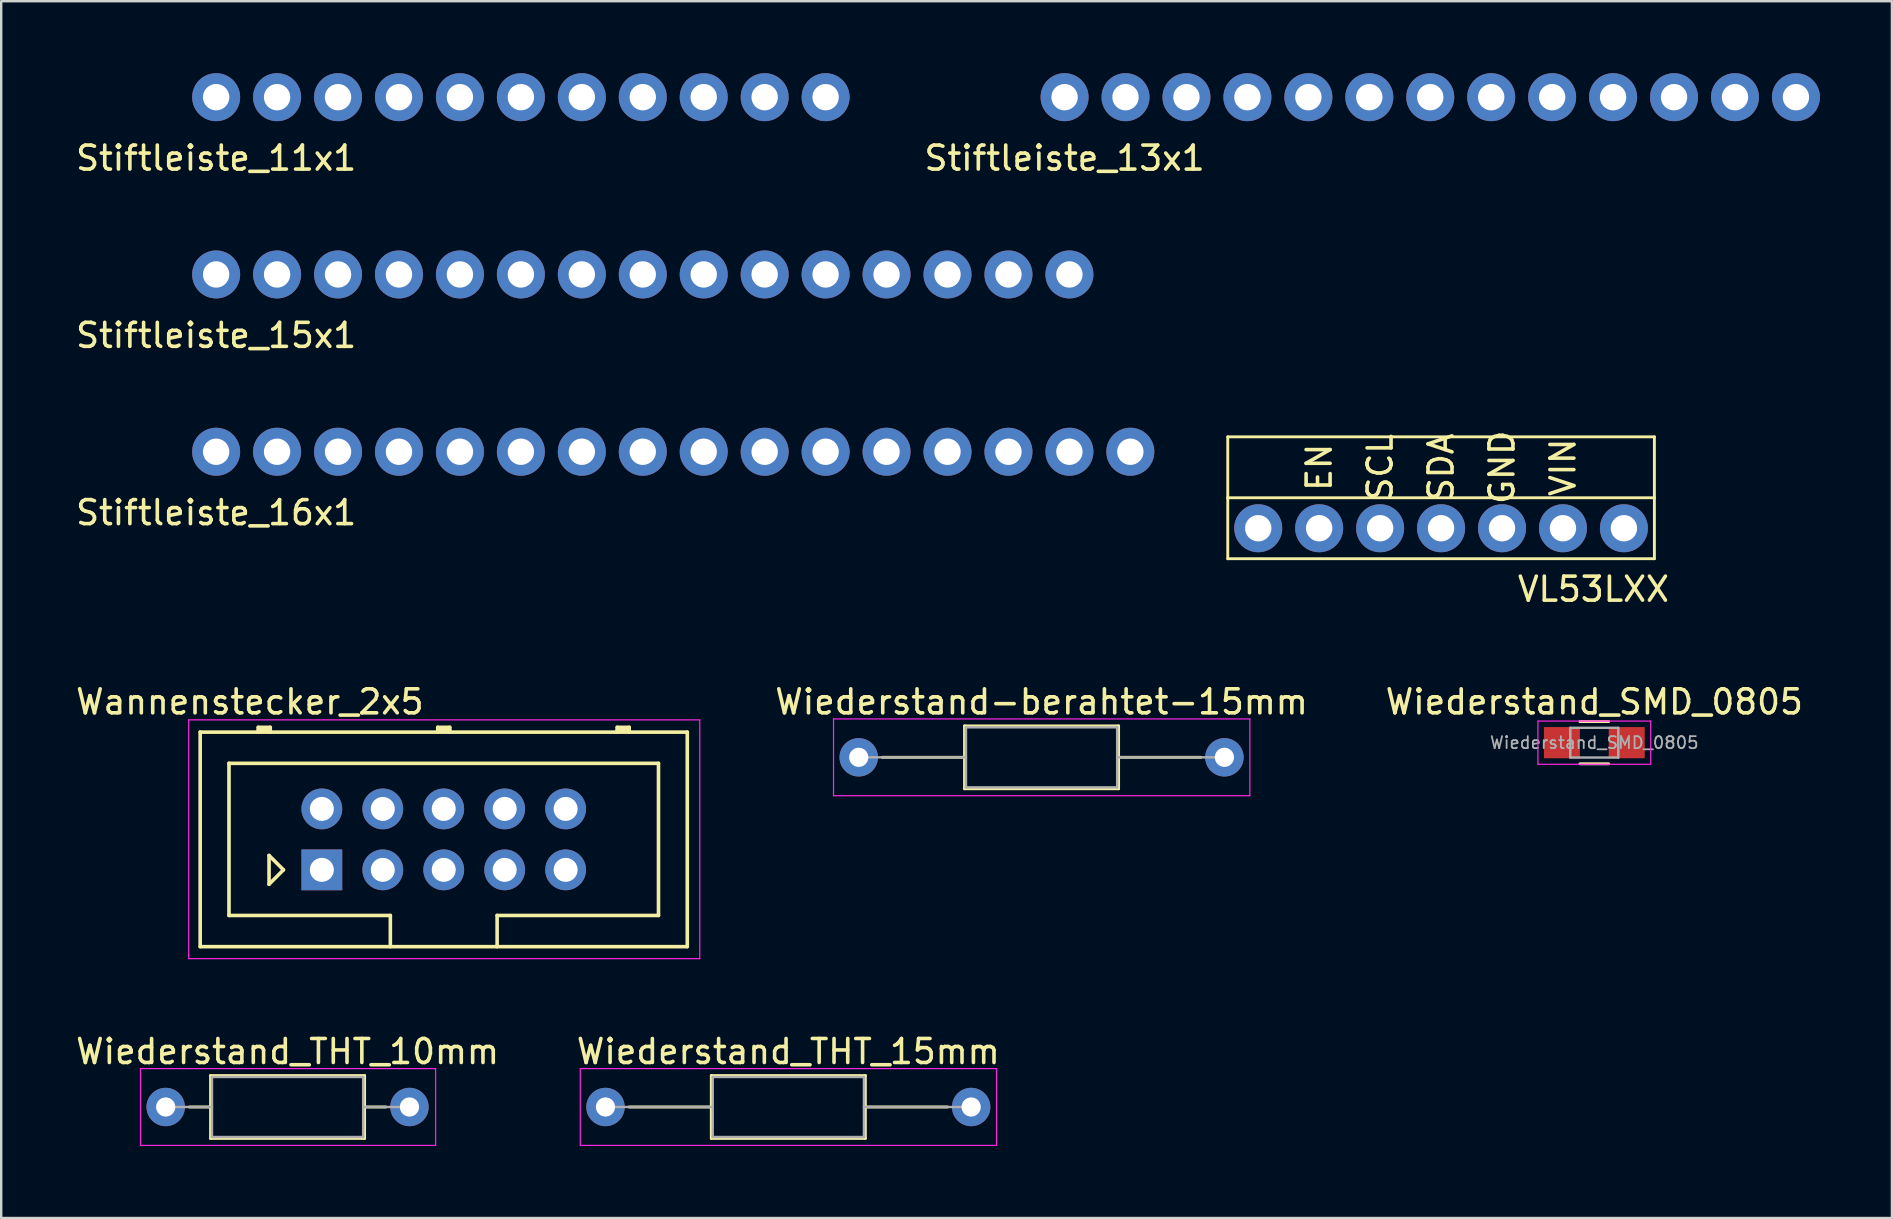
<source format=kicad_pcb>
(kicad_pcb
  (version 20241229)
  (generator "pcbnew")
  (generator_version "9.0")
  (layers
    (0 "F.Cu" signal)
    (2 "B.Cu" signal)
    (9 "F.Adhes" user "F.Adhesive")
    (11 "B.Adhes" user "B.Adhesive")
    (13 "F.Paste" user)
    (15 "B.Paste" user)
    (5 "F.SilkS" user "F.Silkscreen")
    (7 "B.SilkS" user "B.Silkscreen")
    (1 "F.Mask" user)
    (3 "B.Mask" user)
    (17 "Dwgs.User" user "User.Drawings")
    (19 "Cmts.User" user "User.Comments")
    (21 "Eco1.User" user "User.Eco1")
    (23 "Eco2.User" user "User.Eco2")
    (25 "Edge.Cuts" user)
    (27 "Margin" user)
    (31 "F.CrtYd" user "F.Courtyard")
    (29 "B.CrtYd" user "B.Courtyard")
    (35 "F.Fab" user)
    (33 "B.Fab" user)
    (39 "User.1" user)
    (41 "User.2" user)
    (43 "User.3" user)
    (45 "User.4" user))
  (footprint "Wiederstand_THT_10mm"
    (layer "F.Cu")
    (at 3.855 43.085)
    (property "Reference" "Wiederstand_THT_10mm" (at 5.08 -2.31 0) (layer "F.SilkS") (effects (font (size 1 1) (thickness 0.15))))
    (attr through_hole)
    (fp_line (start 0.98 0) (end 1.87 0) (stroke (width 0.12) (type solid)) (layer "F.SilkS"))
    (fp_line (start 1.87 -1.31) (end 1.87 1.31) (stroke (width 0.12) (type solid)) (layer "F.SilkS"))
    (fp_line (start 1.87 1.31) (end 8.29 1.31) (stroke (width 0.12) (type solid)) (layer "F.SilkS"))
    (fp_line (start 8.29 -1.31) (end 1.87 -1.31) (stroke (width 0.12) (type solid)) (layer "F.SilkS"))
    (fp_line (start 8.29 1.31) (end 8.29 -1.31) (stroke (width 0.12) (type solid)) (layer "F.SilkS"))
    (fp_line (start 9.18 0) (end 8.29 0) (stroke (width 0.12) (type solid)) (layer "F.SilkS"))
    (fp_line (start -1.05 -1.6) (end -1.05 1.6) (stroke (width 0.05) (type solid)) (layer "F.CrtYd"))
    (fp_line (start -1.05 1.6) (end 11.25 1.6) (stroke (width 0.05) (type solid)) (layer "F.CrtYd"))
    (fp_line (start 11.25 -1.6) (end -1.05 -1.6) (stroke (width 0.05) (type solid)) (layer "F.CrtYd"))
    (fp_line (start 11.25 1.6) (end 11.25 -1.6) (stroke (width 0.05) (type solid)) (layer "F.CrtYd"))
    (fp_line (start 0 0) (end 1.93 0) (stroke (width 0.1) (type solid)) (layer "F.Fab"))
    (fp_line (start 1.93 -1.25) (end 1.93 1.25) (stroke (width 0.1) (type solid)) (layer "F.Fab"))
    (fp_line (start 1.93 1.25) (end 8.23 1.25) (stroke (width 0.1) (type solid)) (layer "F.Fab"))
    (fp_line (start 8.23 -1.25) (end 1.93 -1.25) (stroke (width 0.1) (type solid)) (layer "F.Fab"))
    (fp_line (start 8.23 1.25) (end 8.23 -1.25) (stroke (width 0.1) (type solid)) (layer "F.Fab"))
    (fp_line (start 10.16 0) (end 8.23 0) (stroke (width 0.1) (type solid)) (layer "F.Fab"))
    (pad "1" thru_hole circle (at 0 0) (size 1.6 1.6) (drill 0.8) (layers "*.Cu" "*.Mask"))
    (pad "2" thru_hole oval (at 10.16 0) (size 1.6 1.6) (drill 0.8) (layers "*.Cu" "*.Mask")))
  (footprint "Stiftleiste_15x1"
    (layer "F.Cu")
    (at 5.958 8.388)
    (property "Reference" "Stiftleiste_15x1" (at 0 2.54 0) (layer "F.SilkS") (effects (font (size 1 1) (thickness 0.15))))
    (attr through_hole)
    (pad "1" thru_hole circle (at 0 0) (size 2 2) (drill 1.1) (layers "*.Cu" "*.Mask"))
    (pad "2" thru_hole circle (at 2.54 0) (size 2 2) (drill 1.1) (layers "*.Cu" "*.Mask"))
    (pad "3" thru_hole circle (at 5.08 0) (size 2 2) (drill 1.1) (layers "*.Cu" "*.Mask"))
    (pad "4" thru_hole circle (at 7.62 0) (size 2 2) (drill 1.1) (layers "*.Cu" "*.Mask"))
    (pad "5" thru_hole circle (at 10.16 0) (size 2 2) (drill 1.1) (layers "*.Cu" "*.Mask"))
    (pad "6" thru_hole circle (at 12.7 0) (size 2 2) (drill 1.1) (layers "*.Cu" "*.Mask"))
    (pad "7" thru_hole circle (at 15.24 0) (size 2 2) (drill 1.1) (layers "*.Cu" "*.Mask"))
    (pad "8" thru_hole circle (at 17.78 0) (size 2 2) (drill 1.1) (layers "*.Cu" "*.Mask"))
    (pad "9" thru_hole circle (at 20.32 0) (size 2 2) (drill 1.1) (layers "*.Cu" "*.Mask"))
    (pad "10" thru_hole circle (at 22.86 0) (size 2 2) (drill 1.1) (layers "*.Cu" "*.Mask"))
    (pad "11" thru_hole circle (at 25.4 0) (size 2 2) (drill 1.1) (layers "*.Cu" "*.Mask"))
    (pad "12" thru_hole circle (at 27.94 0) (size 2 2) (drill 1.1) (layers "*.Cu" "*.Mask"))
    (pad "13" thru_hole circle (at 30.48 0) (size 2 2) (drill 1.1) (layers "*.Cu" "*.Mask"))
    (pad "14" thru_hole circle (at 33.02 0) (size 2 2) (drill 1.1) (layers "*.Cu" "*.Mask"))
    (pad "15" thru_hole circle (at 35.56 0) (size 2 2) (drill 1.1) (layers "*.Cu" "*.Mask")))
  (footprint "Wannenstecker_2x5"
    (layer "F.Cu")
    (at 10.363 33.202)
    (property "Reference" "Wannenstecker_2x5" (at -3 -7 0) (layer "F.SilkS") (effects (font (size 1 1) (thickness 0.15))))
    (attr through_hole)
    (fp_line (start -5.07 -5.74) (end 15.23 -5.74) (stroke (width 0.15) (type solid)) (layer "F.SilkS"))
    (fp_line (start -5.07 3.2) (end -5.07 -5.74) (stroke (width 0.15) (type solid)) (layer "F.SilkS"))
    (fp_line (start -3.87 -4.44) (end 14.03 -4.44) (stroke (width 0.15) (type solid)) (layer "F.SilkS"))
    (fp_line (start -3.87 1.9) (end -3.87 -4.44) (stroke (width 0.15) (type solid)) (layer "F.SilkS"))
    (fp_line (start -2.65 -5.94) (end -2.15 -5.94) (stroke (width 0.15) (type solid)) (layer "F.SilkS"))
    (fp_line (start -2.65 -5.84) (end -2.15 -5.84) (stroke (width 0.15) (type solid)) (layer "F.SilkS"))
    (fp_line (start -2.65 -5.74) (end -2.65 -5.94) (stroke (width 0.15) (type solid)) (layer "F.SilkS"))
    (fp_line (start -2.2 -0.6) (end -1.6 0) (stroke (width 0.15) (type solid)) (layer "F.SilkS"))
    (fp_line (start -2.2 0.6) (end -2.2 -0.6) (stroke (width 0.15) (type solid)) (layer "F.SilkS"))
    (fp_line (start -2.15 -5.94) (end -2.15 -5.74) (stroke (width 0.15) (type solid)) (layer "F.SilkS"))
    (fp_line (start -1.6 0) (end -2.2 0.6) (stroke (width 0.15) (type solid)) (layer "F.SilkS"))
    (fp_line (start 2.855 1.9) (end -3.87 1.9) (stroke (width 0.15) (type solid)) (layer "F.SilkS"))
    (fp_line (start 2.855 3.2) (end 2.855 1.9) (stroke (width 0.15) (type solid)) (layer "F.SilkS"))
    (fp_line (start 4.83 -5.94) (end 5.33 -5.94) (stroke (width 0.15) (type solid)) (layer "F.SilkS"))
    (fp_line (start 4.83 -5.84) (end 5.33 -5.84) (stroke (width 0.15) (type solid)) (layer "F.SilkS"))
    (fp_line (start 4.83 -5.74) (end 4.83 -5.94) (stroke (width 0.15) (type solid)) (layer "F.SilkS"))
    (fp_line (start 5.33 -5.94) (end 5.33 -5.74) (stroke (width 0.15) (type solid)) (layer "F.SilkS"))
    (fp_line (start 7.305 1.9) (end 7.305 3.2) (stroke (width 0.15) (type solid)) (layer "F.SilkS"))
    (fp_line (start 12.31 -5.94) (end 12.81 -5.94) (stroke (width 0.15) (type solid)) (layer "F.SilkS"))
    (fp_line (start 12.31 -5.84) (end 12.81 -5.84) (stroke (width 0.15) (type solid)) (layer "F.SilkS"))
    (fp_line (start 12.31 -5.74) (end 12.31 -5.94) (stroke (width 0.15) (type solid)) (layer "F.SilkS"))
    (fp_line (start 12.81 -5.94) (end 12.81 -5.74) (stroke (width 0.15) (type solid)) (layer "F.SilkS"))
    (fp_line (start 14.03 -4.44) (end 14.03 1.9) (stroke (width 0.15) (type solid)) (layer "F.SilkS"))
    (fp_line (start 14.03 1.9) (end 7.305 1.9) (stroke (width 0.15) (type solid)) (layer "F.SilkS"))
    (fp_line (start 15.23 -5.74) (end 15.23 3.2) (stroke (width 0.15) (type solid)) (layer "F.SilkS"))
    (fp_line (start 15.23 3.2) (end -5.07 3.2) (stroke (width 0.15) (type solid)) (layer "F.SilkS"))
    (fp_line (start -5.55 -6.25) (end 15.75 -6.25) (stroke (width 0.05) (type solid)) (layer "F.CrtYd"))
    (fp_line (start -5.55 3.7) (end -5.55 -6.25) (stroke (width 0.05) (type solid)) (layer "F.CrtYd"))
    (fp_line (start 15.75 -6.25) (end 15.75 3.7) (stroke (width 0.05) (type solid)) (layer "F.CrtYd"))
    (fp_line (start 15.75 3.7) (end -5.55 3.7) (stroke (width 0.05) (type solid)) (layer "F.CrtYd"))
    (pad "1" thru_hole rect (at 0 0) (size 1.7 1.7) (drill 1) (layers "*.Cu" "*.Mask"))
    (pad "2" thru_hole circle (at 0 -2.54) (size 1.7 1.7) (drill 1) (layers "*.Cu" "*.Mask"))
    (pad "3" thru_hole circle (at 2.54 0) (size 1.7 1.7) (drill 1) (layers "*.Cu" "*.Mask"))
    (pad "4" thru_hole circle (at 2.54 -2.54) (size 1.7 1.7) (drill 1) (layers "*.Cu" "*.Mask"))
    (pad "5" thru_hole circle (at 5.08 0) (size 1.7 1.7) (drill 1) (layers "*.Cu" "*.Mask"))
    (pad "6" thru_hole circle (at 5.08 -2.54) (size 1.7 1.7) (drill 1) (layers "*.Cu" "*.Mask"))
    (pad "7" thru_hole circle (at 7.62 0) (size 1.7 1.7) (drill 1) (layers "*.Cu" "*.Mask"))
    (pad "8" thru_hole circle (at 7.62 -2.54) (size 1.7 1.7) (drill 1) (layers "*.Cu" "*.Mask"))
    (pad "9" thru_hole circle (at 10.16 0) (size 1.7 1.7) (drill 1) (layers "*.Cu" "*.Mask"))
    (pad "10" thru_hole circle (at 10.16 -2.54) (size 1.7 1.7) (drill 1) (layers "*.Cu" "*.Mask")))
  (footprint "Wiederstand_THT_15mm"
    (layer "F.Cu")
    (at 22.184 43.085)
    (property "Reference" "Wiederstand_THT_15mm" (at 7.62 -2.31 0) (layer "F.SilkS") (effects (font (size 1 1) (thickness 0.15))))
    (attr through_hole)
    (fp_line (start 0.98 0) (end 4.41 0) (stroke (width 0.12) (type solid)) (layer "F.SilkS"))
    (fp_line (start 4.41 -1.31) (end 4.41 1.31) (stroke (width 0.12) (type solid)) (layer "F.SilkS"))
    (fp_line (start 4.41 1.31) (end 10.83 1.31) (stroke (width 0.12) (type solid)) (layer "F.SilkS"))
    (fp_line (start 10.83 -1.31) (end 4.41 -1.31) (stroke (width 0.12) (type solid)) (layer "F.SilkS"))
    (fp_line (start 10.83 1.31) (end 10.83 -1.31) (stroke (width 0.12) (type solid)) (layer "F.SilkS"))
    (fp_line (start 14.26 0) (end 10.83 0) (stroke (width 0.12) (type solid)) (layer "F.SilkS"))
    (fp_line (start -1.05 -1.6) (end -1.05 1.6) (stroke (width 0.05) (type solid)) (layer "F.CrtYd"))
    (fp_line (start -1.05 1.6) (end 16.3 1.6) (stroke (width 0.05) (type solid)) (layer "F.CrtYd"))
    (fp_line (start 16.3 -1.6) (end -1.05 -1.6) (stroke (width 0.05) (type solid)) (layer "F.CrtYd"))
    (fp_line (start 16.3 1.6) (end 16.3 -1.6) (stroke (width 0.05) (type solid)) (layer "F.CrtYd"))
    (fp_line (start 0 0) (end 4.47 0) (stroke (width 0.1) (type solid)) (layer "F.Fab"))
    (fp_line (start 4.47 -1.25) (end 4.47 1.25) (stroke (width 0.1) (type solid)) (layer "F.Fab"))
    (fp_line (start 4.47 1.25) (end 10.77 1.25) (stroke (width 0.1) (type solid)) (layer "F.Fab"))
    (fp_line (start 10.77 -1.25) (end 4.47 -1.25) (stroke (width 0.1) (type solid)) (layer "F.Fab"))
    (fp_line (start 10.77 1.25) (end 10.77 -1.25) (stroke (width 0.1) (type solid)) (layer "F.Fab"))
    (fp_line (start 15.24 0) (end 10.77 0) (stroke (width 0.1) (type solid)) (layer "F.Fab"))
    (pad "1" thru_hole circle (at 0 0) (size 1.6 1.6) (drill 0.8) (layers "*.Cu" "*.Mask"))
    (pad "2" thru_hole oval (at 15.24 0) (size 1.6 1.6) (drill 0.8) (layers "*.Cu" "*.Mask")))
  (footprint "Wiederstand_SMD_0805"
    (layer "F.Cu")
    (at 63.394 27.902)
    (property "Reference" "Wiederstand_SMD_0805" (at 0 -1.7 0) (layer "F.SilkS") (effects (font (size 1 1) (thickness 0.15))))
    (attr smd)
    (fp_line (start -0.6 -0.88) (end 0.6 -0.88) (stroke (width 0.12) (type solid)) (layer "F.SilkS"))
    (fp_line (start 0.6 0.88) (end -0.6 0.88) (stroke (width 0.12) (type solid)) (layer "F.SilkS"))
    (fp_line (start -2.35 -0.9) (end -2.35 0.9) (stroke (width 0.05) (type solid)) (layer "F.CrtYd"))
    (fp_line (start -2.35 -0.9) (end 2.35 -0.9) (stroke (width 0.05) (type solid)) (layer "F.CrtYd"))
    (fp_line (start 2.35 0.9) (end -2.35 0.9) (stroke (width 0.05) (type solid)) (layer "F.CrtYd"))
    (fp_line (start 2.35 0.9) (end 2.35 -0.9) (stroke (width 0.05) (type solid)) (layer "F.CrtYd"))
    (fp_line (start -1 -0.62) (end 1 -0.62) (stroke (width 0.1) (type solid)) (layer "F.Fab"))
    (fp_line (start -1 0.62) (end -1 -0.62) (stroke (width 0.1) (type solid)) (layer "F.Fab"))
    (fp_line (start 1 -0.62) (end 1 0.62) (stroke (width 0.1) (type solid)) (layer "F.Fab"))
    (fp_line (start 1 0.62) (end -1 0.62) (stroke (width 0.1) (type solid)) (layer "F.Fab"))
    (fp_text user "${REFERENCE}" (at 0 0 0) (layer "F.Fab") (effects (font (size 0.5 0.5) (thickness 0.075))))
    (pad "1" smd rect (at -1.35 0) (size 1.5 1.3) (layers "F.Cu" "F.Mask" "F.Paste"))
    (pad "2" smd rect (at 1.35 0) (size 1.5 1.3) (layers "F.Cu" "F.Mask" "F.Paste")))
  (footprint "VL53LXX"
    (layer "F.Cu")
    (at 49.388 18.965)
    (property "Reference" "VL53LXX" (at 13.97 2.54 0) (layer "F.SilkS") (effects (font (size 1 1) (thickness 0.15))))
    (attr through_hole)
    (fp_line (start -1.27 -3.81) (end 16.51 -3.81) (stroke (width 0.12) (type solid)) (layer "F.SilkS"))
    (fp_line (start -1.27 -1.27) (end -1.27 -3.81) (stroke (width 0.12) (type solid)) (layer "F.SilkS"))
    (fp_line (start -1.27 -1.27) (end -1.27 1.27) (stroke (width 0.12) (type solid)) (layer "F.SilkS"))
    (fp_line (start -1.27 1.27) (end 16.51 1.27) (stroke (width 0.12) (type solid)) (layer "F.SilkS"))
    (fp_line (start 16.51 -1.27) (end -1.27 -1.27) (stroke (width 0.12) (type solid)) (layer "F.SilkS"))
    (fp_line (start 16.51 -1.27) (end 16.51 -3.81) (stroke (width 0.12) (type solid)) (layer "F.SilkS"))
    (fp_line (start 16.51 1.27) (end 16.51 -1.27) (stroke (width 0.12) (type solid)) (layer "F.SilkS"))
    (fp_text user "SDA" (at 7.62 -2.54 90) (layer "F.SilkS") (effects (font (size 1 1) (thickness 0.15))))
    (fp_text user "SCL" (at 5.08 -2.54 90) (layer "F.SilkS") (effects (font (size 1 1) (thickness 0.15))))
    (fp_text user "VIN" (at 12.7 -2.54 90) (layer "F.SilkS") (effects (font (size 1 1) (thickness 0.15))))
    (fp_text user "EN" (at 2.54 -2.54 90) (layer "F.SilkS") (effects (font (size 1 1) (thickness 0.15))))
    (fp_text user "GND" (at 10.16 -2.54 90) (layer "F.SilkS") (effects (font (size 1 1) (thickness 0.15))))
    (pad "1" thru_hole circle (at 0 0) (size 2 2) (drill 1.1) (layers "*.Cu" "*.Mask"))
    (pad "2" thru_hole circle (at 2.54 0) (size 2 2) (drill 1.1) (layers "*.Cu" "*.Mask"))
    (pad "3" thru_hole circle (at 5.08 0) (size 2 2) (drill 1.1) (layers "*.Cu" "*.Mask"))
    (pad "4" thru_hole circle (at 7.62 0) (size 2 2) (drill 1.1) (layers "*.Cu" "*.Mask"))
    (pad "5" thru_hole circle (at 10.16 0) (size 2 2) (drill 1.1) (layers "*.Cu" "*.Mask"))
    (pad "6" thru_hole circle (at 12.7 0) (size 2 2) (drill 1.1) (layers "*.Cu" "*.Mask"))
    (pad "7" thru_hole circle (at 15.24 0) (size 2 2) (drill 1.1) (layers "*.Cu" "*.Mask")))
  (footprint "Stiftleiste_16x1"
    (layer "F.Cu")
    (at 5.958 15.777)
    (property "Reference" "Stiftleiste_16x1" (at 0 2.54 0) (layer "F.SilkS") (effects (font (size 1 1) (thickness 0.15))))
    (attr through_hole)
    (pad "1" thru_hole circle (at 0 0) (size 2 2) (drill 1.1) (layers "*.Cu" "*.Mask"))
    (pad "2" thru_hole circle (at 2.54 0) (size 2 2) (drill 1.1) (layers "*.Cu" "*.Mask"))
    (pad "3" thru_hole circle (at 5.08 0) (size 2 2) (drill 1.1) (layers "*.Cu" "*.Mask"))
    (pad "4" thru_hole circle (at 7.62 0) (size 2 2) (drill 1.1) (layers "*.Cu" "*.Mask"))
    (pad "5" thru_hole circle (at 10.16 0) (size 2 2) (drill 1.1) (layers "*.Cu" "*.Mask"))
    (pad "6" thru_hole circle (at 12.7 0) (size 2 2) (drill 1.1) (layers "*.Cu" "*.Mask"))
    (pad "7" thru_hole circle (at 15.24 0) (size 2 2) (drill 1.1) (layers "*.Cu" "*.Mask"))
    (pad "8" thru_hole circle (at 17.78 0) (size 2 2) (drill 1.1) (layers "*.Cu" "*.Mask"))
    (pad "9" thru_hole circle (at 20.32 0) (size 2 2) (drill 1.1) (layers "*.Cu" "*.Mask"))
    (pad "10" thru_hole circle (at 22.86 0) (size 2 2) (drill 1.1) (layers "*.Cu" "*.Mask"))
    (pad "11" thru_hole circle (at 25.4 0) (size 2 2) (drill 1.1) (layers "*.Cu" "*.Mask"))
    (pad "12" thru_hole circle (at 27.94 0) (size 2 2) (drill 1.1) (layers "*.Cu" "*.Mask"))
    (pad "13" thru_hole circle (at 30.48 0) (size 2 2) (drill 1.1) (layers "*.Cu" "*.Mask"))
    (pad "14" thru_hole circle (at 33.02 0) (size 2 2) (drill 1.1) (layers "*.Cu" "*.Mask"))
    (pad "15" thru_hole circle (at 35.56 0) (size 2 2) (drill 1.1) (layers "*.Cu" "*.Mask"))
    (pad "16" thru_hole circle (at 38.1 0) (size 2 2) (drill 1.1) (layers "*.Cu" "*.Mask")))
  (footprint "Stiftleiste_13x1"
    (layer "F.Cu")
    (at 41.317 1)
    (property "Reference" "Stiftleiste_13x1" (at 0 2.54 0) (layer "F.SilkS") (effects (font (size 1 1) (thickness 0.15))))
    (attr through_hole)
    (pad "1" thru_hole circle (at 0 0) (size 2 2) (drill 1.1) (layers "*.Cu" "*.Mask"))
    (pad "2" thru_hole circle (at 2.54 0) (size 2 2) (drill 1.1) (layers "*.Cu" "*.Mask"))
    (pad "3" thru_hole circle (at 5.08 0) (size 2 2) (drill 1.1) (layers "*.Cu" "*.Mask"))
    (pad "4" thru_hole circle (at 7.62 0) (size 2 2) (drill 1.1) (layers "*.Cu" "*.Mask"))
    (pad "5" thru_hole circle (at 10.16 0) (size 2 2) (drill 1.1) (layers "*.Cu" "*.Mask"))
    (pad "6" thru_hole circle (at 12.7 0) (size 2 2) (drill 1.1) (layers "*.Cu" "*.Mask"))
    (pad "7" thru_hole circle (at 15.24 0) (size 2 2) (drill 1.1) (layers "*.Cu" "*.Mask"))
    (pad "8" thru_hole circle (at 17.78 0) (size 2 2) (drill 1.1) (layers "*.Cu" "*.Mask"))
    (pad "9" thru_hole circle (at 20.32 0) (size 2 2) (drill 1.1) (layers "*.Cu" "*.Mask"))
    (pad "10" thru_hole circle (at 22.86 0) (size 2 2) (drill 1.1) (layers "*.Cu" "*.Mask"))
    (pad "11" thru_hole circle (at 25.4 0) (size 2 2) (drill 1.1) (layers "*.Cu" "*.Mask"))
    (pad "12" thru_hole circle (at 27.94 0) (size 2 2) (drill 1.1) (layers "*.Cu" "*.Mask"))
    (pad "13" thru_hole circle (at 30.48 0) (size 2 2) (drill 1.1) (layers "*.Cu" "*.Mask")))
  (footprint "Stiftleiste_11x1"
    (layer "F.Cu")
    (at 5.958 1)
    (property "Reference" "Stiftleiste_11x1" (at 0 2.54 0) (layer "F.SilkS") (effects (font (size 1 1) (thickness 0.15))))
    (attr through_hole)
    (pad "1" thru_hole circle (at 0 0) (size 2 2) (drill 1.1) (layers "*.Cu" "*.Mask"))
    (pad "2" thru_hole circle (at 2.54 0) (size 2 2) (drill 1.1) (layers "*.Cu" "*.Mask"))
    (pad "3" thru_hole circle (at 5.08 0) (size 2 2) (drill 1.1) (layers "*.Cu" "*.Mask"))
    (pad "4" thru_hole circle (at 7.62 0) (size 2 2) (drill 1.1) (layers "*.Cu" "*.Mask"))
    (pad "5" thru_hole circle (at 10.16 0) (size 2 2) (drill 1.1) (layers "*.Cu" "*.Mask"))
    (pad "6" thru_hole circle (at 12.7 0) (size 2 2) (drill 1.1) (layers "*.Cu" "*.Mask"))
    (pad "7" thru_hole circle (at 15.24 0) (size 2 2) (drill 1.1) (layers "*.Cu" "*.Mask"))
    (pad "8" thru_hole circle (at 17.78 0) (size 2 2) (drill 1.1) (layers "*.Cu" "*.Mask"))
    (pad "9" thru_hole circle (at 20.32 0) (size 2 2) (drill 1.1) (layers "*.Cu" "*.Mask"))
    (pad "10" thru_hole circle (at 22.86 0) (size 2 2) (drill 1.1) (layers "*.Cu" "*.Mask"))
    (pad "11" thru_hole circle (at 25.4 0) (size 2 2) (drill 1.1) (layers "*.Cu" "*.Mask")))
  (footprint "Wiederstand-berahtet-15mm"
    (layer "F.Cu")
    (at 32.738 28.512)
    (property "Reference" "Wiederstand-berahtet-15mm" (at 7.62 -2.31 0) (layer "F.SilkS") (effects (font (size 1 1) (thickness 0.15))))
    (attr through_hole)
    (fp_line (start 0.98 0) (end 4.41 0) (stroke (width 0.12) (type solid)) (layer "F.SilkS"))
    (fp_line (start 4.41 -1.31) (end 4.41 1.31) (stroke (width 0.12) (type solid)) (layer "F.SilkS"))
    (fp_line (start 4.41 1.31) (end 10.83 1.31) (stroke (width 0.12) (type solid)) (layer "F.SilkS"))
    (fp_line (start 10.83 -1.31) (end 4.41 -1.31) (stroke (width 0.12) (type solid)) (layer "F.SilkS"))
    (fp_line (start 10.83 1.31) (end 10.83 -1.31) (stroke (width 0.12) (type solid)) (layer "F.SilkS"))
    (fp_line (start 14.26 0) (end 10.83 0) (stroke (width 0.12) (type solid)) (layer "F.SilkS"))
    (fp_line (start -1.05 -1.6) (end -1.05 1.6) (stroke (width 0.05) (type solid)) (layer "F.CrtYd"))
    (fp_line (start -1.05 1.6) (end 16.3 1.6) (stroke (width 0.05) (type solid)) (layer "F.CrtYd"))
    (fp_line (start 16.3 -1.6) (end -1.05 -1.6) (stroke (width 0.05) (type solid)) (layer "F.CrtYd"))
    (fp_line (start 16.3 1.6) (end 16.3 -1.6) (stroke (width 0.05) (type solid)) (layer "F.CrtYd"))
    (fp_line (start 0 0) (end 4.47 0) (stroke (width 0.1) (type solid)) (layer "F.Fab"))
    (fp_line (start 4.47 -1.25) (end 4.47 1.25) (stroke (width 0.1) (type solid)) (layer "F.Fab"))
    (fp_line (start 4.47 1.25) (end 10.77 1.25) (stroke (width 0.1) (type solid)) (layer "F.Fab"))
    (fp_line (start 10.77 -1.25) (end 4.47 -1.25) (stroke (width 0.1) (type solid)) (layer "F.Fab"))
    (fp_line (start 10.77 1.25) (end 10.77 -1.25) (stroke (width 0.1) (type solid)) (layer "F.Fab"))
    (fp_line (start 15.24 0) (end 10.77 0) (stroke (width 0.1) (type solid)) (layer "F.Fab"))
    (pad "1" thru_hole circle (at 0 0) (size 1.6 1.6) (drill 0.8) (layers "*.Cu" "*.Mask"))
    (pad "2" thru_hole oval (at 15.24 0) (size 1.6 1.6) (drill 0.8) (layers "*.Cu" "*.Mask")))
  (gr_rect
    (start -3 -3)
    (end 75.797 47.71)
    (stroke (width 0.1) (type default))
    (fill no)
    (layer "Edge.Cuts")))
</source>
